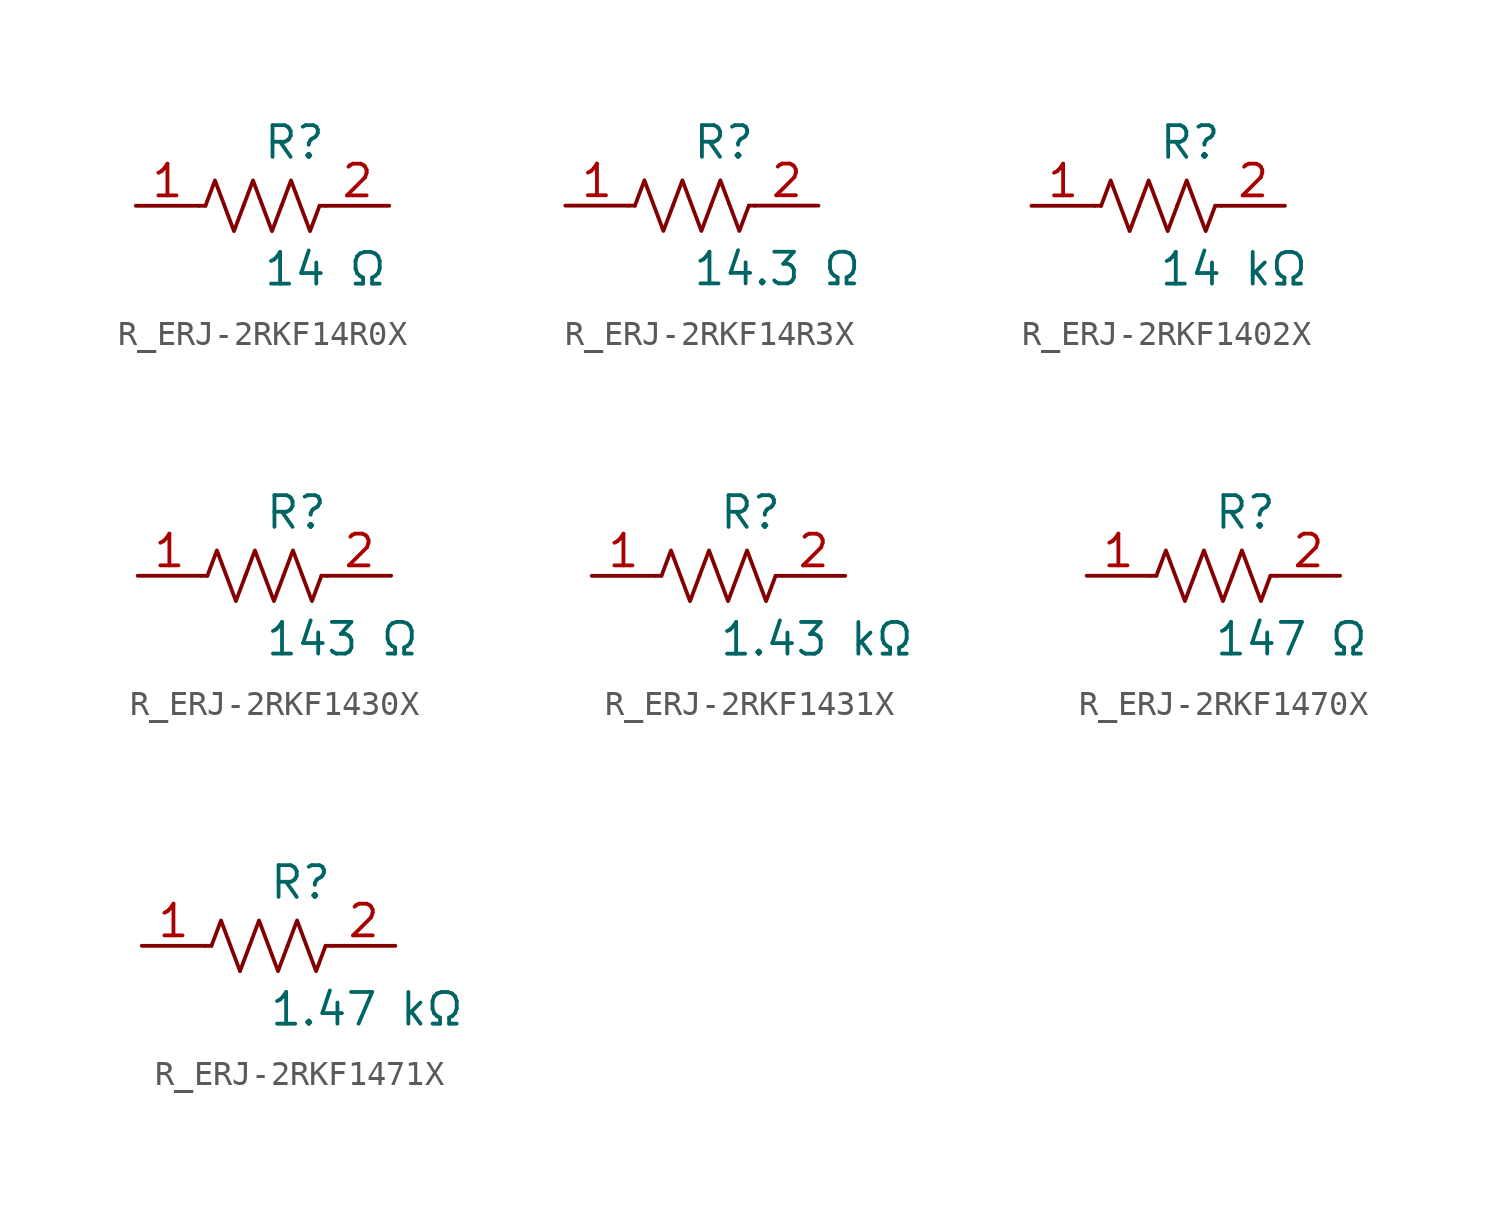
<source format=kicad_sym>
(kicad_symbol_lib
  (version 20231120)
  (generator kicad_symbol_editor)
  (generator_version 8.0)
  (symbol "R_ERJ-2RKF14R0X"
    (pin_names
      (offset 0.254))
    (property "Reference" "R"
      (at 0.0 2.54 0)
      (effects (font (size 1.27 1.27)) (justify left)))
    (property "Value" "14 Ω"
      (at 0.0 -2.54 0)
      (effects (font (size 1.27 1.27)) (justify left)))
    (symbol "R_ERJ-2RKF14R0X_0_1"
      (polyline (pts (xy 2.286 0) (xy 2.54 0)) (stroke (width 0) (type default)) (fill (type none)))
      (polyline (pts (xy -2.286 0) (xy -2.54 0)) (stroke (width 0) (type default)) (fill (type none)))
      (polyline (pts (xy 0.762 0) (xy 1.143 1.016) (xy 1.524 0) (xy 1.905 -1.016) (xy 2.286 0)) (stroke (width 0) (type default)) (fill (type none)))
      (polyline (pts (xy -0.762 0) (xy -0.381 1.016) (xy 0 0) (xy 0.381 -1.016) (xy 0.762 0)) (stroke (width 0) (type default)) (fill (type none)))
      (polyline (pts (xy -2.286 0) (xy -1.905 1.016) (xy -1.524 0) (xy -1.143 -1.016) (xy -0.762 0)) (stroke (width 0) (type default)) (fill (type none))))
    (pin unspecified line
      (at -5.08 0 0)
      (length 2.54)
      (name "" (effects (font (size 1.27 1.27))))
      (number "1" (effects (font (size 1.27 1.27)))))
    (pin unspecified line
      (at 5.08 0 180)
      (length 2.54)
      (name "" (effects (font (size 1.27 1.27))))
      (number "2" (effects (font (size 1.27 1.27))))))
  (symbol "R_ERJ-2RKF14R3X"
    (pin_names
      (offset 0.254))
    (property "Reference" "R"
      (at 0.0 2.54 0)
      (effects (font (size 1.27 1.27)) (justify left)))
    (property "Value" "14.3 Ω"
      (at 0.0 -2.54 0)
      (effects (font (size 1.27 1.27)) (justify left)))
    (symbol "R_ERJ-2RKF14R3X_0_1"
      (polyline (pts (xy 2.286 0) (xy 2.54 0)) (stroke (width 0) (type default)) (fill (type none)))
      (polyline (pts (xy -2.286 0) (xy -2.54 0)) (stroke (width 0) (type default)) (fill (type none)))
      (polyline (pts (xy 0.762 0) (xy 1.143 1.016) (xy 1.524 0) (xy 1.905 -1.016) (xy 2.286 0)) (stroke (width 0) (type default)) (fill (type none)))
      (polyline (pts (xy -0.762 0) (xy -0.381 1.016) (xy 0 0) (xy 0.381 -1.016) (xy 0.762 0)) (stroke (width 0) (type default)) (fill (type none)))
      (polyline (pts (xy -2.286 0) (xy -1.905 1.016) (xy -1.524 0) (xy -1.143 -1.016) (xy -0.762 0)) (stroke (width 0) (type default)) (fill (type none))))
    (pin unspecified line
      (at -5.08 0 0)
      (length 2.54)
      (name "" (effects (font (size 1.27 1.27))))
      (number "1" (effects (font (size 1.27 1.27)))))
    (pin unspecified line
      (at 5.08 0 180)
      (length 2.54)
      (name "" (effects (font (size 1.27 1.27))))
      (number "2" (effects (font (size 1.27 1.27))))))
  (symbol "R_ERJ-2RKF1402X"
    (pin_names
      (offset 0.254))
    (property "Reference" "R"
      (at 0.0 2.54 0)
      (effects (font (size 1.27 1.27)) (justify left)))
    (property "Value" "14 kΩ"
      (at 0.0 -2.54 0)
      (effects (font (size 1.27 1.27)) (justify left)))
    (symbol "R_ERJ-2RKF1402X_0_1"
      (polyline (pts (xy 2.286 0) (xy 2.54 0)) (stroke (width 0) (type default)) (fill (type none)))
      (polyline (pts (xy -2.286 0) (xy -2.54 0)) (stroke (width 0) (type default)) (fill (type none)))
      (polyline (pts (xy 0.762 0) (xy 1.143 1.016) (xy 1.524 0) (xy 1.905 -1.016) (xy 2.286 0)) (stroke (width 0) (type default)) (fill (type none)))
      (polyline (pts (xy -0.762 0) (xy -0.381 1.016) (xy 0 0) (xy 0.381 -1.016) (xy 0.762 0)) (stroke (width 0) (type default)) (fill (type none)))
      (polyline (pts (xy -2.286 0) (xy -1.905 1.016) (xy -1.524 0) (xy -1.143 -1.016) (xy -0.762 0)) (stroke (width 0) (type default)) (fill (type none))))
    (pin unspecified line
      (at -5.08 0 0)
      (length 2.54)
      (name "" (effects (font (size 1.27 1.27))))
      (number "1" (effects (font (size 1.27 1.27)))))
    (pin unspecified line
      (at 5.08 0 180)
      (length 2.54)
      (name "" (effects (font (size 1.27 1.27))))
      (number "2" (effects (font (size 1.27 1.27))))))
  (symbol "R_ERJ-2RKF1430X"
    (pin_names
      (offset 0.254))
    (property "Reference" "R"
      (at 0.0 2.54 0)
      (effects (font (size 1.27 1.27)) (justify left)))
    (property "Value" "143 Ω"
      (at 0.0 -2.54 0)
      (effects (font (size 1.27 1.27)) (justify left)))
    (symbol "R_ERJ-2RKF1430X_0_1"
      (polyline (pts (xy 2.286 0) (xy 2.54 0)) (stroke (width 0) (type default)) (fill (type none)))
      (polyline (pts (xy -2.286 0) (xy -2.54 0)) (stroke (width 0) (type default)) (fill (type none)))
      (polyline (pts (xy 0.762 0) (xy 1.143 1.016) (xy 1.524 0) (xy 1.905 -1.016) (xy 2.286 0)) (stroke (width 0) (type default)) (fill (type none)))
      (polyline (pts (xy -0.762 0) (xy -0.381 1.016) (xy 0 0) (xy 0.381 -1.016) (xy 0.762 0)) (stroke (width 0) (type default)) (fill (type none)))
      (polyline (pts (xy -2.286 0) (xy -1.905 1.016) (xy -1.524 0) (xy -1.143 -1.016) (xy -0.762 0)) (stroke (width 0) (type default)) (fill (type none))))
    (pin unspecified line
      (at -5.08 0 0)
      (length 2.54)
      (name "" (effects (font (size 1.27 1.27))))
      (number "1" (effects (font (size 1.27 1.27)))))
    (pin unspecified line
      (at 5.08 0 180)
      (length 2.54)
      (name "" (effects (font (size 1.27 1.27))))
      (number "2" (effects (font (size 1.27 1.27))))))
  (symbol "R_ERJ-2RKF1431X"
    (pin_names
      (offset 0.254))
    (property "Reference" "R"
      (at 0.0 2.54 0)
      (effects (font (size 1.27 1.27)) (justify left)))
    (property "Value" "1.43 kΩ"
      (at 0.0 -2.54 0)
      (effects (font (size 1.27 1.27)) (justify left)))
    (symbol "R_ERJ-2RKF1431X_0_1"
      (polyline (pts (xy 2.286 0) (xy 2.54 0)) (stroke (width 0) (type default)) (fill (type none)))
      (polyline (pts (xy -2.286 0) (xy -2.54 0)) (stroke (width 0) (type default)) (fill (type none)))
      (polyline (pts (xy 0.762 0) (xy 1.143 1.016) (xy 1.524 0) (xy 1.905 -1.016) (xy 2.286 0)) (stroke (width 0) (type default)) (fill (type none)))
      (polyline (pts (xy -0.762 0) (xy -0.381 1.016) (xy 0 0) (xy 0.381 -1.016) (xy 0.762 0)) (stroke (width 0) (type default)) (fill (type none)))
      (polyline (pts (xy -2.286 0) (xy -1.905 1.016) (xy -1.524 0) (xy -1.143 -1.016) (xy -0.762 0)) (stroke (width 0) (type default)) (fill (type none))))
    (pin unspecified line
      (at -5.08 0 0)
      (length 2.54)
      (name "" (effects (font (size 1.27 1.27))))
      (number "1" (effects (font (size 1.27 1.27)))))
    (pin unspecified line
      (at 5.08 0 180)
      (length 2.54)
      (name "" (effects (font (size 1.27 1.27))))
      (number "2" (effects (font (size 1.27 1.27))))))
  (symbol "R_ERJ-2RKF1470X"
    (pin_names
      (offset 0.254))
    (property "Reference" "R"
      (at 0.0 2.54 0)
      (effects (font (size 1.27 1.27)) (justify left)))
    (property "Value" "147 Ω"
      (at 0.0 -2.54 0)
      (effects (font (size 1.27 1.27)) (justify left)))
    (symbol "R_ERJ-2RKF1470X_0_1"
      (polyline (pts (xy 2.286 0) (xy 2.54 0)) (stroke (width 0) (type default)) (fill (type none)))
      (polyline (pts (xy -2.286 0) (xy -2.54 0)) (stroke (width 0) (type default)) (fill (type none)))
      (polyline (pts (xy 0.762 0) (xy 1.143 1.016) (xy 1.524 0) (xy 1.905 -1.016) (xy 2.286 0)) (stroke (width 0) (type default)) (fill (type none)))
      (polyline (pts (xy -0.762 0) (xy -0.381 1.016) (xy 0 0) (xy 0.381 -1.016) (xy 0.762 0)) (stroke (width 0) (type default)) (fill (type none)))
      (polyline (pts (xy -2.286 0) (xy -1.905 1.016) (xy -1.524 0) (xy -1.143 -1.016) (xy -0.762 0)) (stroke (width 0) (type default)) (fill (type none))))
    (pin unspecified line
      (at -5.08 0 0)
      (length 2.54)
      (name "" (effects (font (size 1.27 1.27))))
      (number "1" (effects (font (size 1.27 1.27)))))
    (pin unspecified line
      (at 5.08 0 180)
      (length 2.54)
      (name "" (effects (font (size 1.27 1.27))))
      (number "2" (effects (font (size 1.27 1.27))))))
  (symbol "R_ERJ-2RKF1471X"
    (pin_names
      (offset 0.254))
    (property "Reference" "R"
      (at 0.0 2.54 0)
      (effects (font (size 1.27 1.27)) (justify left)))
    (property "Value" "1.47 kΩ"
      (at 0.0 -2.54 0)
      (effects (font (size 1.27 1.27)) (justify left)))
    (symbol "R_ERJ-2RKF1471X_0_1"
      (polyline (pts (xy 2.286 0) (xy 2.54 0)) (stroke (width 0) (type default)) (fill (type none)))
      (polyline (pts (xy -2.286 0) (xy -2.54 0)) (stroke (width 0) (type default)) (fill (type none)))
      (polyline (pts (xy 0.762 0) (xy 1.143 1.016) (xy 1.524 0) (xy 1.905 -1.016) (xy 2.286 0)) (stroke (width 0) (type default)) (fill (type none)))
      (polyline (pts (xy -0.762 0) (xy -0.381 1.016) (xy 0 0) (xy 0.381 -1.016) (xy 0.762 0)) (stroke (width 0) (type default)) (fill (type none)))
      (polyline (pts (xy -2.286 0) (xy -1.905 1.016) (xy -1.524 0) (xy -1.143 -1.016) (xy -0.762 0)) (stroke (width 0) (type default)) (fill (type none))))
    (pin unspecified line
      (at -5.08 0 0)
      (length 2.54)
      (name "" (effects (font (size 1.27 1.27))))
      (number "1" (effects (font (size 1.27 1.27)))))
    (pin unspecified line
      (at 5.08 0 180)
      (length 2.54)
      (name "" (effects (font (size 1.27 1.27))))
      (number "2" (effects (font (size 1.27 1.27)))))))
</source>
